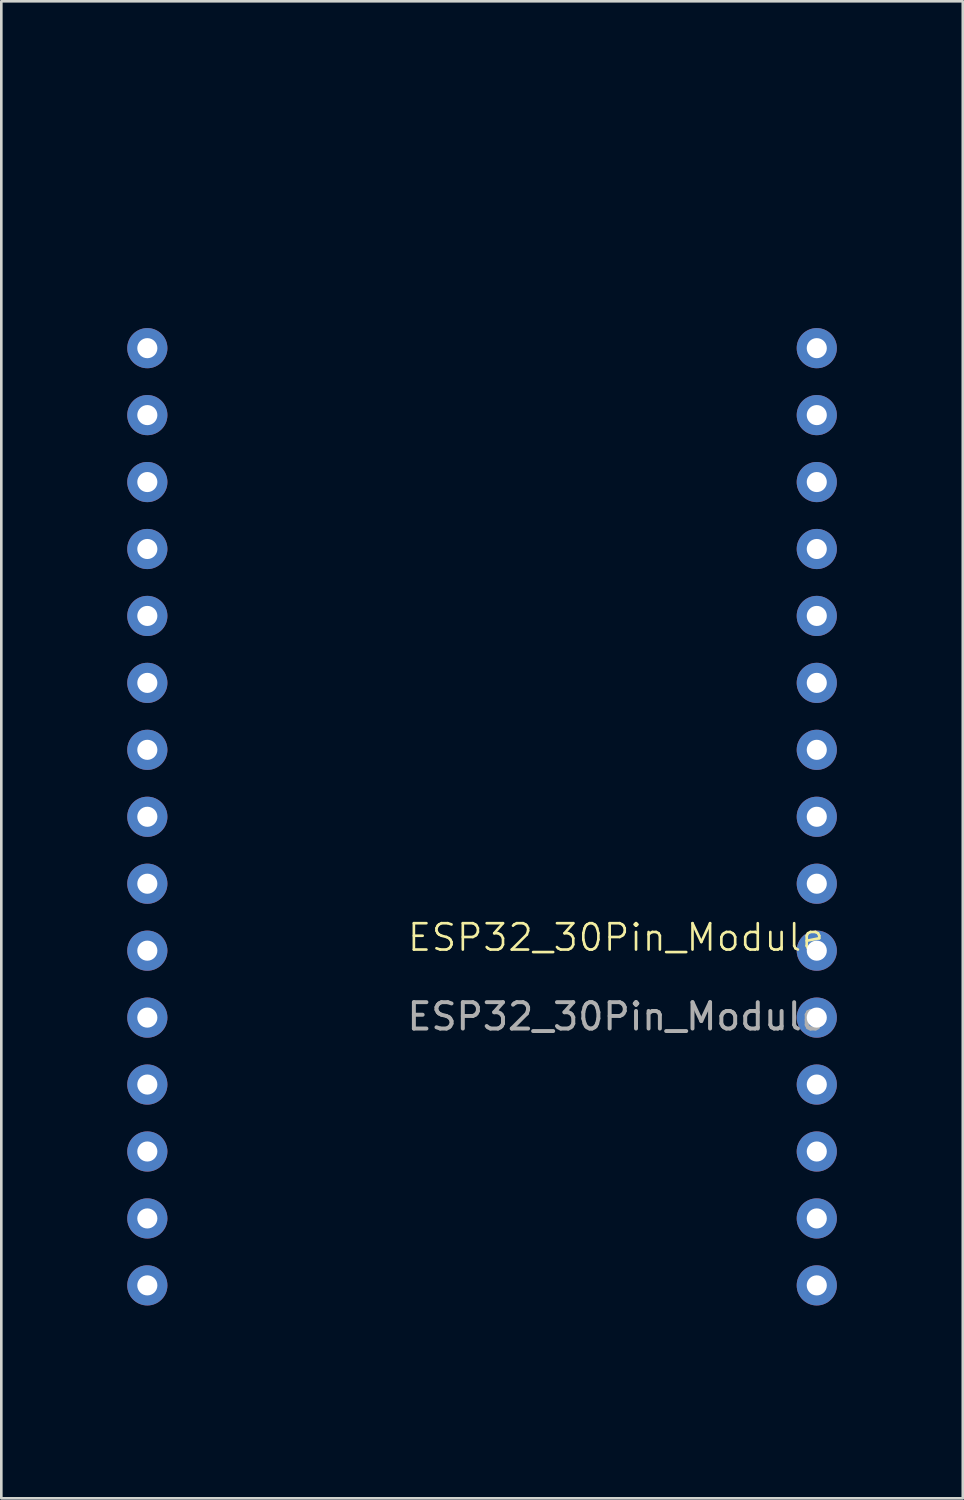
<source format=kicad_pcb>
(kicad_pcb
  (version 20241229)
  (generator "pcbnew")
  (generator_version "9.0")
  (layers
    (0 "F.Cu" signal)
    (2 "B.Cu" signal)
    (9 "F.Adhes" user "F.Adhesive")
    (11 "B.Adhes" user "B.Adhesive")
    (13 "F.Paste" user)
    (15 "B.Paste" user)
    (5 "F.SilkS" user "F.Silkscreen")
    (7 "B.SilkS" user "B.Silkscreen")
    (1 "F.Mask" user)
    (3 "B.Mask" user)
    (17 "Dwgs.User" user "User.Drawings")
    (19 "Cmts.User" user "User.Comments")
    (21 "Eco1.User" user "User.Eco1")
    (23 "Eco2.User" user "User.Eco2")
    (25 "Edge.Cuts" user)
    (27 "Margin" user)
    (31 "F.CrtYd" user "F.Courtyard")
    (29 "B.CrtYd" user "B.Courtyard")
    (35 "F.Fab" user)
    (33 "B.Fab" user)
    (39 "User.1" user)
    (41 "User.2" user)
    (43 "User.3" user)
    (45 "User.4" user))
  (footprint "ESP32_30Pin_Module"
    (layer "F.Cu")
    (at 20.32 33.02)
    (property "Reference" "ESP32_30Pin_Module" (at 0 -0.5 0) (unlocked yes) (layer "F.SilkS") (effects (font (size 1 1) (thickness 0.1))))
    (attr through_hole)
    (fp_text user "${REFERENCE}" (at 0 2.5 0) (unlocked yes) (layer "F.Fab") (effects (font (size 1 1) (thickness 0.15))))
    (pad "1" thru_hole circle (at -17.78 -22.86) (size 1.524 1.524) (drill 0.762) (layers "*.Cu" "*.Mask"))
    (pad "2" thru_hole circle (at -17.78 -20.32) (size 1.524 1.524) (drill 0.762) (layers "*.Cu" "*.Mask"))
    (pad "3" thru_hole circle (at -17.78 -17.78) (size 1.524 1.524) (drill 0.762) (layers "*.Cu" "*.Mask"))
    (pad "4" thru_hole circle (at -17.78 -15.24) (size 1.524 1.524) (drill 0.762) (layers "*.Cu" "*.Mask"))
    (pad "5" thru_hole circle (at -17.78 -12.7) (size 1.524 1.524) (drill 0.762) (layers "*.Cu" "*.Mask"))
    (pad "6" thru_hole circle (at -17.78 -10.16) (size 1.524 1.524) (drill 0.762) (layers "*.Cu" "*.Mask"))
    (pad "7" thru_hole circle (at -17.78 -7.62) (size 1.524 1.524) (drill 0.762) (layers "*.Cu" "*.Mask"))
    (pad "8" thru_hole circle (at -17.78 -5.08) (size 1.524 1.524) (drill 0.762) (layers "*.Cu" "*.Mask"))
    (pad "9" thru_hole circle (at -17.78 -2.54) (size 1.524 1.524) (drill 0.762) (layers "*.Cu" "*.Mask"))
    (pad "10" thru_hole circle (at -17.78 0) (size 1.524 1.524) (drill 0.762) (layers "*.Cu" "*.Mask"))
    (pad "11" thru_hole circle (at -17.78 2.54) (size 1.524 1.524) (drill 0.762) (layers "*.Cu" "*.Mask"))
    (pad "12" thru_hole circle (at -17.78 5.08) (size 1.524 1.524) (drill 0.762) (layers "*.Cu" "*.Mask"))
    (pad "13" thru_hole circle (at -17.78 7.62) (size 1.524 1.524) (drill 0.762) (layers "*.Cu" "*.Mask"))
    (pad "14" thru_hole circle (at -17.78 10.16) (size 1.524 1.524) (drill 0.762) (layers "*.Cu" "*.Mask"))
    (pad "15" thru_hole circle (at -17.78 12.7) (size 1.524 1.524) (drill 0.762) (layers "*.Cu" "*.Mask"))
    (pad "16" thru_hole circle (at 7.62 -22.86) (size 1.524 1.524) (drill 0.762) (layers "*.Cu" "*.Mask"))
    (pad "17" thru_hole circle (at 7.62 -20.32) (size 1.524 1.524) (drill 0.762) (layers "*.Cu" "*.Mask"))
    (pad "18" thru_hole circle (at 7.62 -17.78) (size 1.524 1.524) (drill 0.762) (layers "*.Cu" "*.Mask"))
    (pad "19" thru_hole circle (at 7.62 -15.24) (size 1.524 1.524) (drill 0.762) (layers "*.Cu" "*.Mask"))
    (pad "20" thru_hole circle (at 7.62 -12.7) (size 1.524 1.524) (drill 0.762) (layers "*.Cu" "*.Mask"))
    (pad "21" thru_hole circle (at 7.62 -10.16) (size 1.524 1.524) (drill 0.762) (layers "*.Cu" "*.Mask"))
    (pad "22" thru_hole circle (at 7.62 -7.62) (size 1.524 1.524) (drill 0.762) (layers "*.Cu" "*.Mask"))
    (pad "23" thru_hole circle (at 7.62 -5.08) (size 1.524 1.524) (drill 0.762) (layers "*.Cu" "*.Mask"))
    (pad "24" thru_hole circle (at 7.62 -2.54) (size 1.524 1.524) (drill 0.762) (layers "*.Cu" "*.Mask"))
    (pad "25" thru_hole circle (at 7.62 0) (size 1.524 1.524) (drill 0.762) (layers "*.Cu" "*.Mask"))
    (pad "26" thru_hole circle (at 7.62 2.54) (size 1.524 1.524) (drill 0.762) (layers "*.Cu" "*.Mask"))
    (pad "27" thru_hole circle (at 7.62 5.08) (size 1.524 1.524) (drill 0.762) (layers "*.Cu" "*.Mask"))
    (pad "28" thru_hole circle (at 7.62 7.62) (size 1.524 1.524) (drill 0.762) (layers "*.Cu" "*.Mask"))
    (pad "29" thru_hole circle (at 7.62 10.16) (size 1.524 1.524) (drill 0.762) (layers "*.Cu" "*.Mask"))
    (pad "30" thru_hole circle (at 7.62 12.7) (size 1.524 1.524) (drill 0.762) (layers "*.Cu" "*.Mask"))
    (zone (net_name "") (layer "F.SilkS") (hatch edge 0.5) (connect_pads) (min_thickness 0.25) (filled_areas_thickness no) (keepout (tracks not_allowed) (vias not_allowed) (pads not_allowed) (copperpour allowed) (footprints allowed)) (placement (enabled no)) (fill) (polygon (pts (xy 0 50.8) (xy 30.48 50.8) (xy 30.48 0) (xy 0 0)))))
  (gr_rect
    (start -3 -3)
    (end 33.48 53.8)
    (stroke (width 0.1) (type default))
    (fill no)
    (layer "Edge.Cuts")))
</source>
